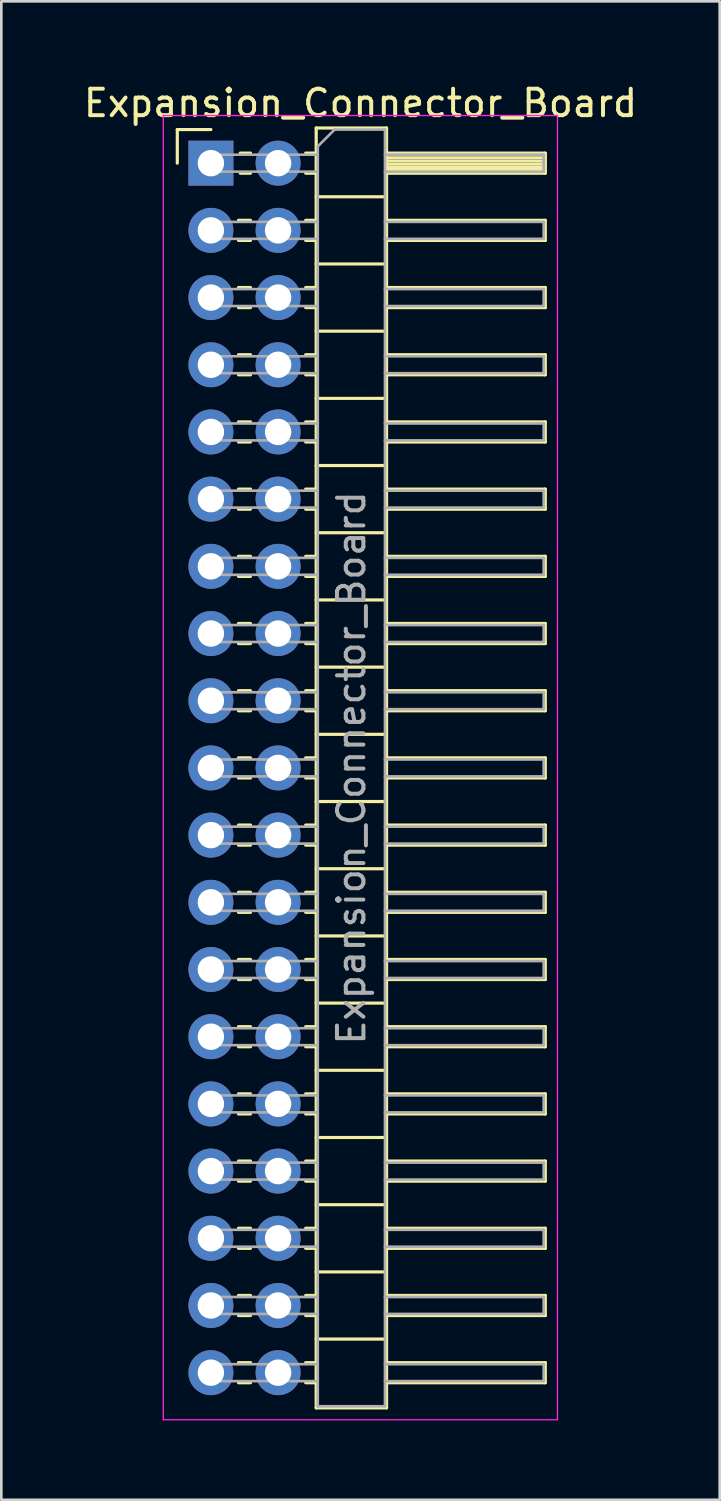
<source format=kicad_pcb>
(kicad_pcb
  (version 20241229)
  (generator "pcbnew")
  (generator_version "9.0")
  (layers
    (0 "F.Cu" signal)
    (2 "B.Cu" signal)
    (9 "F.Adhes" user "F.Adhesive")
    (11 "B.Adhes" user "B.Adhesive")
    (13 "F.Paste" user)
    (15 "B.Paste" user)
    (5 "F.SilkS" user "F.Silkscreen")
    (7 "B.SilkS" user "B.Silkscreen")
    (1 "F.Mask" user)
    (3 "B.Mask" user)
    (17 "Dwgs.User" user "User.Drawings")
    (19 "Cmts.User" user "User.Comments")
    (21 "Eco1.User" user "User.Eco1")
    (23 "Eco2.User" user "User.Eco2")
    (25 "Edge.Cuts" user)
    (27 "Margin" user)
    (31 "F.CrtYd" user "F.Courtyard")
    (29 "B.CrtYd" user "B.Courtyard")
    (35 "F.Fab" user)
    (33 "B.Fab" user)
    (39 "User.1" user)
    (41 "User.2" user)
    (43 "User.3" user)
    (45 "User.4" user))
  (footprint "Expansion_Connector_Board"
    (layer "F.Cu")
    (at 4.922 3.118)
    (property "Reference" "Expansion_Connector_Board" (at 5.655 -2.27 0) (layer "F.SilkS") (effects (font (size 1 1) (thickness 0.15))))
    (attr through_hole)
    (fp_line (start -1.27 -1.27) (end 0 -1.27) (stroke (width 0.12) (type solid)) (layer "F.SilkS"))
    (fp_line (start -1.27 0) (end -1.27 -1.27) (stroke (width 0.12) (type solid)) (layer "F.SilkS"))
    (fp_line (start 1.043 2.16) (end 1.497 2.16) (stroke (width 0.12) (type solid)) (layer "F.SilkS"))
    (fp_line (start 1.043 2.92) (end 1.497 2.92) (stroke (width 0.12) (type solid)) (layer "F.SilkS"))
    (fp_line (start 1.043 4.7) (end 1.497 4.7) (stroke (width 0.12) (type solid)) (layer "F.SilkS"))
    (fp_line (start 1.043 5.46) (end 1.497 5.46) (stroke (width 0.12) (type solid)) (layer "F.SilkS"))
    (fp_line (start 1.043 7.24) (end 1.497 7.24) (stroke (width 0.12) (type solid)) (layer "F.SilkS"))
    (fp_line (start 1.043 8) (end 1.497 8) (stroke (width 0.12) (type solid)) (layer "F.SilkS"))
    (fp_line (start 1.043 9.78) (end 1.497 9.78) (stroke (width 0.12) (type solid)) (layer "F.SilkS"))
    (fp_line (start 1.043 10.54) (end 1.497 10.54) (stroke (width 0.12) (type solid)) (layer "F.SilkS"))
    (fp_line (start 1.043 12.32) (end 1.497 12.32) (stroke (width 0.12) (type solid)) (layer "F.SilkS"))
    (fp_line (start 1.043 13.08) (end 1.497 13.08) (stroke (width 0.12) (type solid)) (layer "F.SilkS"))
    (fp_line (start 1.043 14.86) (end 1.497 14.86) (stroke (width 0.12) (type solid)) (layer "F.SilkS"))
    (fp_line (start 1.043 15.62) (end 1.497 15.62) (stroke (width 0.12) (type solid)) (layer "F.SilkS"))
    (fp_line (start 1.043 17.4) (end 1.497 17.4) (stroke (width 0.12) (type solid)) (layer "F.SilkS"))
    (fp_line (start 1.043 18.16) (end 1.497 18.16) (stroke (width 0.12) (type solid)) (layer "F.SilkS"))
    (fp_line (start 1.043 19.94) (end 1.497 19.94) (stroke (width 0.12) (type solid)) (layer "F.SilkS"))
    (fp_line (start 1.043 20.7) (end 1.497 20.7) (stroke (width 0.12) (type solid)) (layer "F.SilkS"))
    (fp_line (start 1.043 22.48) (end 1.497 22.48) (stroke (width 0.12) (type solid)) (layer "F.SilkS"))
    (fp_line (start 1.043 23.24) (end 1.497 23.24) (stroke (width 0.12) (type solid)) (layer "F.SilkS"))
    (fp_line (start 1.043 25.02) (end 1.497 25.02) (stroke (width 0.12) (type solid)) (layer "F.SilkS"))
    (fp_line (start 1.043 25.78) (end 1.497 25.78) (stroke (width 0.12) (type solid)) (layer "F.SilkS"))
    (fp_line (start 1.043 27.56) (end 1.497 27.56) (stroke (width 0.12) (type solid)) (layer "F.SilkS"))
    (fp_line (start 1.043 28.32) (end 1.497 28.32) (stroke (width 0.12) (type solid)) (layer "F.SilkS"))
    (fp_line (start 1.043 30.1) (end 1.497 30.1) (stroke (width 0.12) (type solid)) (layer "F.SilkS"))
    (fp_line (start 1.043 30.86) (end 1.497 30.86) (stroke (width 0.12) (type solid)) (layer "F.SilkS"))
    (fp_line (start 1.043 32.64) (end 1.497 32.64) (stroke (width 0.12) (type solid)) (layer "F.SilkS"))
    (fp_line (start 1.043 33.4) (end 1.497 33.4) (stroke (width 0.12) (type solid)) (layer "F.SilkS"))
    (fp_line (start 1.043 35.18) (end 1.497 35.18) (stroke (width 0.12) (type solid)) (layer "F.SilkS"))
    (fp_line (start 1.043 35.94) (end 1.497 35.94) (stroke (width 0.12) (type solid)) (layer "F.SilkS"))
    (fp_line (start 1.043 37.72) (end 1.497 37.72) (stroke (width 0.12) (type solid)) (layer "F.SilkS"))
    (fp_line (start 1.043 38.48) (end 1.497 38.48) (stroke (width 0.12) (type solid)) (layer "F.SilkS"))
    (fp_line (start 1.043 40.26) (end 1.497 40.26) (stroke (width 0.12) (type solid)) (layer "F.SilkS"))
    (fp_line (start 1.043 41.02) (end 1.497 41.02) (stroke (width 0.12) (type solid)) (layer "F.SilkS"))
    (fp_line (start 1.043 42.8) (end 1.497 42.8) (stroke (width 0.12) (type solid)) (layer "F.SilkS"))
    (fp_line (start 1.043 43.56) (end 1.497 43.56) (stroke (width 0.12) (type solid)) (layer "F.SilkS"))
    (fp_line (start 1.043 45.34) (end 1.497 45.34) (stroke (width 0.12) (type solid)) (layer "F.SilkS"))
    (fp_line (start 1.043 46.1) (end 1.497 46.1) (stroke (width 0.12) (type solid)) (layer "F.SilkS"))
    (fp_line (start 1.11 -0.38) (end 1.497 -0.38) (stroke (width 0.12) (type solid)) (layer "F.SilkS"))
    (fp_line (start 1.11 0.38) (end 1.497 0.38) (stroke (width 0.12) (type solid)) (layer "F.SilkS"))
    (fp_line (start 3.583 -0.38) (end 3.98 -0.38) (stroke (width 0.12) (type solid)) (layer "F.SilkS"))
    (fp_line (start 3.583 0.38) (end 3.98 0.38) (stroke (width 0.12) (type solid)) (layer "F.SilkS"))
    (fp_line (start 3.583 2.16) (end 3.98 2.16) (stroke (width 0.12) (type solid)) (layer "F.SilkS"))
    (fp_line (start 3.583 2.92) (end 3.98 2.92) (stroke (width 0.12) (type solid)) (layer "F.SilkS"))
    (fp_line (start 3.583 4.7) (end 3.98 4.7) (stroke (width 0.12) (type solid)) (layer "F.SilkS"))
    (fp_line (start 3.583 5.46) (end 3.98 5.46) (stroke (width 0.12) (type solid)) (layer "F.SilkS"))
    (fp_line (start 3.583 7.24) (end 3.98 7.24) (stroke (width 0.12) (type solid)) (layer "F.SilkS"))
    (fp_line (start 3.583 8) (end 3.98 8) (stroke (width 0.12) (type solid)) (layer "F.SilkS"))
    (fp_line (start 3.583 9.78) (end 3.98 9.78) (stroke (width 0.12) (type solid)) (layer "F.SilkS"))
    (fp_line (start 3.583 10.54) (end 3.98 10.54) (stroke (width 0.12) (type solid)) (layer "F.SilkS"))
    (fp_line (start 3.583 12.32) (end 3.98 12.32) (stroke (width 0.12) (type solid)) (layer "F.SilkS"))
    (fp_line (start 3.583 13.08) (end 3.98 13.08) (stroke (width 0.12) (type solid)) (layer "F.SilkS"))
    (fp_line (start 3.583 14.86) (end 3.98 14.86) (stroke (width 0.12) (type solid)) (layer "F.SilkS"))
    (fp_line (start 3.583 15.62) (end 3.98 15.62) (stroke (width 0.12) (type solid)) (layer "F.SilkS"))
    (fp_line (start 3.583 17.4) (end 3.98 17.4) (stroke (width 0.12) (type solid)) (layer "F.SilkS"))
    (fp_line (start 3.583 18.16) (end 3.98 18.16) (stroke (width 0.12) (type solid)) (layer "F.SilkS"))
    (fp_line (start 3.583 19.94) (end 3.98 19.94) (stroke (width 0.12) (type solid)) (layer "F.SilkS"))
    (fp_line (start 3.583 20.7) (end 3.98 20.7) (stroke (width 0.12) (type solid)) (layer "F.SilkS"))
    (fp_line (start 3.583 22.48) (end 3.98 22.48) (stroke (width 0.12) (type solid)) (layer "F.SilkS"))
    (fp_line (start 3.583 23.24) (end 3.98 23.24) (stroke (width 0.12) (type solid)) (layer "F.SilkS"))
    (fp_line (start 3.583 25.02) (end 3.98 25.02) (stroke (width 0.12) (type solid)) (layer "F.SilkS"))
    (fp_line (start 3.583 25.78) (end 3.98 25.78) (stroke (width 0.12) (type solid)) (layer "F.SilkS"))
    (fp_line (start 3.583 27.56) (end 3.98 27.56) (stroke (width 0.12) (type solid)) (layer "F.SilkS"))
    (fp_line (start 3.583 28.32) (end 3.98 28.32) (stroke (width 0.12) (type solid)) (layer "F.SilkS"))
    (fp_line (start 3.583 30.1) (end 3.98 30.1) (stroke (width 0.12) (type solid)) (layer "F.SilkS"))
    (fp_line (start 3.583 30.86) (end 3.98 30.86) (stroke (width 0.12) (type solid)) (layer "F.SilkS"))
    (fp_line (start 3.583 32.64) (end 3.98 32.64) (stroke (width 0.12) (type solid)) (layer "F.SilkS"))
    (fp_line (start 3.583 33.4) (end 3.98 33.4) (stroke (width 0.12) (type solid)) (layer "F.SilkS"))
    (fp_line (start 3.583 35.18) (end 3.98 35.18) (stroke (width 0.12) (type solid)) (layer "F.SilkS"))
    (fp_line (start 3.583 35.94) (end 3.98 35.94) (stroke (width 0.12) (type solid)) (layer "F.SilkS"))
    (fp_line (start 3.583 37.72) (end 3.98 37.72) (stroke (width 0.12) (type solid)) (layer "F.SilkS"))
    (fp_line (start 3.583 38.48) (end 3.98 38.48) (stroke (width 0.12) (type solid)) (layer "F.SilkS"))
    (fp_line (start 3.583 40.26) (end 3.98 40.26) (stroke (width 0.12) (type solid)) (layer "F.SilkS"))
    (fp_line (start 3.583 41.02) (end 3.98 41.02) (stroke (width 0.12) (type solid)) (layer "F.SilkS"))
    (fp_line (start 3.583 42.8) (end 3.98 42.8) (stroke (width 0.12) (type solid)) (layer "F.SilkS"))
    (fp_line (start 3.583 43.56) (end 3.98 43.56) (stroke (width 0.12) (type solid)) (layer "F.SilkS"))
    (fp_line (start 3.583 45.34) (end 3.98 45.34) (stroke (width 0.12) (type solid)) (layer "F.SilkS"))
    (fp_line (start 3.583 46.1) (end 3.98 46.1) (stroke (width 0.12) (type solid)) (layer "F.SilkS"))
    (fp_line (start 3.98 -1.33) (end 3.98 47.05) (stroke (width 0.12) (type solid)) (layer "F.SilkS"))
    (fp_line (start 3.98 1.27) (end 6.64 1.27) (stroke (width 0.12) (type solid)) (layer "F.SilkS"))
    (fp_line (start 3.98 3.81) (end 6.64 3.81) (stroke (width 0.12) (type solid)) (layer "F.SilkS"))
    (fp_line (start 3.98 6.35) (end 6.64 6.35) (stroke (width 0.12) (type solid)) (layer "F.SilkS"))
    (fp_line (start 3.98 8.89) (end 6.64 8.89) (stroke (width 0.12) (type solid)) (layer "F.SilkS"))
    (fp_line (start 3.98 11.43) (end 6.64 11.43) (stroke (width 0.12) (type solid)) (layer "F.SilkS"))
    (fp_line (start 3.98 13.97) (end 6.64 13.97) (stroke (width 0.12) (type solid)) (layer "F.SilkS"))
    (fp_line (start 3.98 16.51) (end 6.64 16.51) (stroke (width 0.12) (type solid)) (layer "F.SilkS"))
    (fp_line (start 3.98 19.05) (end 6.64 19.05) (stroke (width 0.12) (type solid)) (layer "F.SilkS"))
    (fp_line (start 3.98 21.59) (end 6.64 21.59) (stroke (width 0.12) (type solid)) (layer "F.SilkS"))
    (fp_line (start 3.98 24.13) (end 6.64 24.13) (stroke (width 0.12) (type solid)) (layer "F.SilkS"))
    (fp_line (start 3.98 26.67) (end 6.64 26.67) (stroke (width 0.12) (type solid)) (layer "F.SilkS"))
    (fp_line (start 3.98 29.21) (end 6.64 29.21) (stroke (width 0.12) (type solid)) (layer "F.SilkS"))
    (fp_line (start 3.98 31.75) (end 6.64 31.75) (stroke (width 0.12) (type solid)) (layer "F.SilkS"))
    (fp_line (start 3.98 34.29) (end 6.64 34.29) (stroke (width 0.12) (type solid)) (layer "F.SilkS"))
    (fp_line (start 3.98 36.83) (end 6.64 36.83) (stroke (width 0.12) (type solid)) (layer "F.SilkS"))
    (fp_line (start 3.98 39.37) (end 6.64 39.37) (stroke (width 0.12) (type solid)) (layer "F.SilkS"))
    (fp_line (start 3.98 41.91) (end 6.64 41.91) (stroke (width 0.12) (type solid)) (layer "F.SilkS"))
    (fp_line (start 3.98 44.45) (end 6.64 44.45) (stroke (width 0.12) (type solid)) (layer "F.SilkS"))
    (fp_line (start 3.98 47.05) (end 6.64 47.05) (stroke (width 0.12) (type solid)) (layer "F.SilkS"))
    (fp_line (start 6.64 -1.33) (end 3.98 -1.33) (stroke (width 0.12) (type solid)) (layer "F.SilkS"))
    (fp_line (start 6.64 -0.38) (end 12.64 -0.38) (stroke (width 0.12) (type solid)) (layer "F.SilkS"))
    (fp_line (start 6.64 -0.32) (end 12.64 -0.32) (stroke (width 0.12) (type solid)) (layer "F.SilkS"))
    (fp_line (start 6.64 -0.2) (end 12.64 -0.2) (stroke (width 0.12) (type solid)) (layer "F.SilkS"))
    (fp_line (start 6.64 -0.08) (end 12.64 -0.08) (stroke (width 0.12) (type solid)) (layer "F.SilkS"))
    (fp_line (start 6.64 0.04) (end 12.64 0.04) (stroke (width 0.12) (type solid)) (layer "F.SilkS"))
    (fp_line (start 6.64 0.16) (end 12.64 0.16) (stroke (width 0.12) (type solid)) (layer "F.SilkS"))
    (fp_line (start 6.64 0.28) (end 12.64 0.28) (stroke (width 0.12) (type solid)) (layer "F.SilkS"))
    (fp_line (start 6.64 2.16) (end 12.64 2.16) (stroke (width 0.12) (type solid)) (layer "F.SilkS"))
    (fp_line (start 6.64 4.7) (end 12.64 4.7) (stroke (width 0.12) (type solid)) (layer "F.SilkS"))
    (fp_line (start 6.64 7.24) (end 12.64 7.24) (stroke (width 0.12) (type solid)) (layer "F.SilkS"))
    (fp_line (start 6.64 9.78) (end 12.64 9.78) (stroke (width 0.12) (type solid)) (layer "F.SilkS"))
    (fp_line (start 6.64 12.32) (end 12.64 12.32) (stroke (width 0.12) (type solid)) (layer "F.SilkS"))
    (fp_line (start 6.64 14.86) (end 12.64 14.86) (stroke (width 0.12) (type solid)) (layer "F.SilkS"))
    (fp_line (start 6.64 17.4) (end 12.64 17.4) (stroke (width 0.12) (type solid)) (layer "F.SilkS"))
    (fp_line (start 6.64 19.94) (end 12.64 19.94) (stroke (width 0.12) (type solid)) (layer "F.SilkS"))
    (fp_line (start 6.64 22.48) (end 12.64 22.48) (stroke (width 0.12) (type solid)) (layer "F.SilkS"))
    (fp_line (start 6.64 25.02) (end 12.64 25.02) (stroke (width 0.12) (type solid)) (layer "F.SilkS"))
    (fp_line (start 6.64 27.56) (end 12.64 27.56) (stroke (width 0.12) (type solid)) (layer "F.SilkS"))
    (fp_line (start 6.64 30.1) (end 12.64 30.1) (stroke (width 0.12) (type solid)) (layer "F.SilkS"))
    (fp_line (start 6.64 32.64) (end 12.64 32.64) (stroke (width 0.12) (type solid)) (layer "F.SilkS"))
    (fp_line (start 6.64 35.18) (end 12.64 35.18) (stroke (width 0.12) (type solid)) (layer "F.SilkS"))
    (fp_line (start 6.64 37.72) (end 12.64 37.72) (stroke (width 0.12) (type solid)) (layer "F.SilkS"))
    (fp_line (start 6.64 40.26) (end 12.64 40.26) (stroke (width 0.12) (type solid)) (layer "F.SilkS"))
    (fp_line (start 6.64 42.8) (end 12.64 42.8) (stroke (width 0.12) (type solid)) (layer "F.SilkS"))
    (fp_line (start 6.64 45.34) (end 12.64 45.34) (stroke (width 0.12) (type solid)) (layer "F.SilkS"))
    (fp_line (start 6.64 47.05) (end 6.64 -1.33) (stroke (width 0.12) (type solid)) (layer "F.SilkS"))
    (fp_line (start 12.64 -0.38) (end 12.64 0.38) (stroke (width 0.12) (type solid)) (layer "F.SilkS"))
    (fp_line (start 12.64 0.38) (end 6.64 0.38) (stroke (width 0.12) (type solid)) (layer "F.SilkS"))
    (fp_line (start 12.64 2.16) (end 12.64 2.92) (stroke (width 0.12) (type solid)) (layer "F.SilkS"))
    (fp_line (start 12.64 2.92) (end 6.64 2.92) (stroke (width 0.12) (type solid)) (layer "F.SilkS"))
    (fp_line (start 12.64 4.7) (end 12.64 5.46) (stroke (width 0.12) (type solid)) (layer "F.SilkS"))
    (fp_line (start 12.64 5.46) (end 6.64 5.46) (stroke (width 0.12) (type solid)) (layer "F.SilkS"))
    (fp_line (start 12.64 7.24) (end 12.64 8) (stroke (width 0.12) (type solid)) (layer "F.SilkS"))
    (fp_line (start 12.64 8) (end 6.64 8) (stroke (width 0.12) (type solid)) (layer "F.SilkS"))
    (fp_line (start 12.64 9.78) (end 12.64 10.54) (stroke (width 0.12) (type solid)) (layer "F.SilkS"))
    (fp_line (start 12.64 10.54) (end 6.64 10.54) (stroke (width 0.12) (type solid)) (layer "F.SilkS"))
    (fp_line (start 12.64 12.32) (end 12.64 13.08) (stroke (width 0.12) (type solid)) (layer "F.SilkS"))
    (fp_line (start 12.64 13.08) (end 6.64 13.08) (stroke (width 0.12) (type solid)) (layer "F.SilkS"))
    (fp_line (start 12.64 14.86) (end 12.64 15.62) (stroke (width 0.12) (type solid)) (layer "F.SilkS"))
    (fp_line (start 12.64 15.62) (end 6.64 15.62) (stroke (width 0.12) (type solid)) (layer "F.SilkS"))
    (fp_line (start 12.64 17.4) (end 12.64 18.16) (stroke (width 0.12) (type solid)) (layer "F.SilkS"))
    (fp_line (start 12.64 18.16) (end 6.64 18.16) (stroke (width 0.12) (type solid)) (layer "F.SilkS"))
    (fp_line (start 12.64 19.94) (end 12.64 20.7) (stroke (width 0.12) (type solid)) (layer "F.SilkS"))
    (fp_line (start 12.64 20.7) (end 6.64 20.7) (stroke (width 0.12) (type solid)) (layer "F.SilkS"))
    (fp_line (start 12.64 22.48) (end 12.64 23.24) (stroke (width 0.12) (type solid)) (layer "F.SilkS"))
    (fp_line (start 12.64 23.24) (end 6.64 23.24) (stroke (width 0.12) (type solid)) (layer "F.SilkS"))
    (fp_line (start 12.64 25.02) (end 12.64 25.78) (stroke (width 0.12) (type solid)) (layer "F.SilkS"))
    (fp_line (start 12.64 25.78) (end 6.64 25.78) (stroke (width 0.12) (type solid)) (layer "F.SilkS"))
    (fp_line (start 12.64 27.56) (end 12.64 28.32) (stroke (width 0.12) (type solid)) (layer "F.SilkS"))
    (fp_line (start 12.64 28.32) (end 6.64 28.32) (stroke (width 0.12) (type solid)) (layer "F.SilkS"))
    (fp_line (start 12.64 30.1) (end 12.64 30.86) (stroke (width 0.12) (type solid)) (layer "F.SilkS"))
    (fp_line (start 12.64 30.86) (end 6.64 30.86) (stroke (width 0.12) (type solid)) (layer "F.SilkS"))
    (fp_line (start 12.64 32.64) (end 12.64 33.4) (stroke (width 0.12) (type solid)) (layer "F.SilkS"))
    (fp_line (start 12.64 33.4) (end 6.64 33.4) (stroke (width 0.12) (type solid)) (layer "F.SilkS"))
    (fp_line (start 12.64 35.18) (end 12.64 35.94) (stroke (width 0.12) (type solid)) (layer "F.SilkS"))
    (fp_line (start 12.64 35.94) (end 6.64 35.94) (stroke (width 0.12) (type solid)) (layer "F.SilkS"))
    (fp_line (start 12.64 37.72) (end 12.64 38.48) (stroke (width 0.12) (type solid)) (layer "F.SilkS"))
    (fp_line (start 12.64 38.48) (end 6.64 38.48) (stroke (width 0.12) (type solid)) (layer "F.SilkS"))
    (fp_line (start 12.64 40.26) (end 12.64 41.02) (stroke (width 0.12) (type solid)) (layer "F.SilkS"))
    (fp_line (start 12.64 41.02) (end 6.64 41.02) (stroke (width 0.12) (type solid)) (layer "F.SilkS"))
    (fp_line (start 12.64 42.8) (end 12.64 43.56) (stroke (width 0.12) (type solid)) (layer "F.SilkS"))
    (fp_line (start 12.64 43.56) (end 6.64 43.56) (stroke (width 0.12) (type solid)) (layer "F.SilkS"))
    (fp_line (start 12.64 45.34) (end 12.64 46.1) (stroke (width 0.12) (type solid)) (layer "F.SilkS"))
    (fp_line (start 12.64 46.1) (end 6.64 46.1) (stroke (width 0.12) (type solid)) (layer "F.SilkS"))
    (fp_line (start -1.8 -1.8) (end -1.8 47.5) (stroke (width 0.05) (type solid)) (layer "F.CrtYd"))
    (fp_line (start -1.8 47.5) (end 13.1 47.5) (stroke (width 0.05) (type solid)) (layer "F.CrtYd"))
    (fp_line (start 13.1 -1.8) (end -1.8 -1.8) (stroke (width 0.05) (type solid)) (layer "F.CrtYd"))
    (fp_line (start 13.1 47.5) (end 13.1 -1.8) (stroke (width 0.05) (type solid)) (layer "F.CrtYd"))
    (fp_line (start -0.32 -0.32) (end -0.32 0.32) (stroke (width 0.1) (type solid)) (layer "F.Fab"))
    (fp_line (start -0.32 -0.32) (end 4.04 -0.32) (stroke (width 0.1) (type solid)) (layer "F.Fab"))
    (fp_line (start -0.32 0.32) (end 4.04 0.32) (stroke (width 0.1) (type solid)) (layer "F.Fab"))
    (fp_line (start -0.32 2.22) (end -0.32 2.86) (stroke (width 0.1) (type solid)) (layer "F.Fab"))
    (fp_line (start -0.32 2.22) (end 4.04 2.22) (stroke (width 0.1) (type solid)) (layer "F.Fab"))
    (fp_line (start -0.32 2.86) (end 4.04 2.86) (stroke (width 0.1) (type solid)) (layer "F.Fab"))
    (fp_line (start -0.32 4.76) (end -0.32 5.4) (stroke (width 0.1) (type solid)) (layer "F.Fab"))
    (fp_line (start -0.32 4.76) (end 4.04 4.76) (stroke (width 0.1) (type solid)) (layer "F.Fab"))
    (fp_line (start -0.32 5.4) (end 4.04 5.4) (stroke (width 0.1) (type solid)) (layer "F.Fab"))
    (fp_line (start -0.32 7.3) (end -0.32 7.94) (stroke (width 0.1) (type solid)) (layer "F.Fab"))
    (fp_line (start -0.32 7.3) (end 4.04 7.3) (stroke (width 0.1) (type solid)) (layer "F.Fab"))
    (fp_line (start -0.32 7.94) (end 4.04 7.94) (stroke (width 0.1) (type solid)) (layer "F.Fab"))
    (fp_line (start -0.32 9.84) (end -0.32 10.48) (stroke (width 0.1) (type solid)) (layer "F.Fab"))
    (fp_line (start -0.32 9.84) (end 4.04 9.84) (stroke (width 0.1) (type solid)) (layer "F.Fab"))
    (fp_line (start -0.32 10.48) (end 4.04 10.48) (stroke (width 0.1) (type solid)) (layer "F.Fab"))
    (fp_line (start -0.32 12.38) (end -0.32 13.02) (stroke (width 0.1) (type solid)) (layer "F.Fab"))
    (fp_line (start -0.32 12.38) (end 4.04 12.38) (stroke (width 0.1) (type solid)) (layer "F.Fab"))
    (fp_line (start -0.32 13.02) (end 4.04 13.02) (stroke (width 0.1) (type solid)) (layer "F.Fab"))
    (fp_line (start -0.32 14.92) (end -0.32 15.56) (stroke (width 0.1) (type solid)) (layer "F.Fab"))
    (fp_line (start -0.32 14.92) (end 4.04 14.92) (stroke (width 0.1) (type solid)) (layer "F.Fab"))
    (fp_line (start -0.32 15.56) (end 4.04 15.56) (stroke (width 0.1) (type solid)) (layer "F.Fab"))
    (fp_line (start -0.32 17.46) (end -0.32 18.1) (stroke (width 0.1) (type solid)) (layer "F.Fab"))
    (fp_line (start -0.32 17.46) (end 4.04 17.46) (stroke (width 0.1) (type solid)) (layer "F.Fab"))
    (fp_line (start -0.32 18.1) (end 4.04 18.1) (stroke (width 0.1) (type solid)) (layer "F.Fab"))
    (fp_line (start -0.32 20) (end -0.32 20.64) (stroke (width 0.1) (type solid)) (layer "F.Fab"))
    (fp_line (start -0.32 20) (end 4.04 20) (stroke (width 0.1) (type solid)) (layer "F.Fab"))
    (fp_line (start -0.32 20.64) (end 4.04 20.64) (stroke (width 0.1) (type solid)) (layer "F.Fab"))
    (fp_line (start -0.32 22.54) (end -0.32 23.18) (stroke (width 0.1) (type solid)) (layer "F.Fab"))
    (fp_line (start -0.32 22.54) (end 4.04 22.54) (stroke (width 0.1) (type solid)) (layer "F.Fab"))
    (fp_line (start -0.32 23.18) (end 4.04 23.18) (stroke (width 0.1) (type solid)) (layer "F.Fab"))
    (fp_line (start -0.32 25.08) (end -0.32 25.72) (stroke (width 0.1) (type solid)) (layer "F.Fab"))
    (fp_line (start -0.32 25.08) (end 4.04 25.08) (stroke (width 0.1) (type solid)) (layer "F.Fab"))
    (fp_line (start -0.32 25.72) (end 4.04 25.72) (stroke (width 0.1) (type solid)) (layer "F.Fab"))
    (fp_line (start -0.32 27.62) (end -0.32 28.26) (stroke (width 0.1) (type solid)) (layer "F.Fab"))
    (fp_line (start -0.32 27.62) (end 4.04 27.62) (stroke (width 0.1) (type solid)) (layer "F.Fab"))
    (fp_line (start -0.32 28.26) (end 4.04 28.26) (stroke (width 0.1) (type solid)) (layer "F.Fab"))
    (fp_line (start -0.32 30.16) (end -0.32 30.8) (stroke (width 0.1) (type solid)) (layer "F.Fab"))
    (fp_line (start -0.32 30.16) (end 4.04 30.16) (stroke (width 0.1) (type solid)) (layer "F.Fab"))
    (fp_line (start -0.32 30.8) (end 4.04 30.8) (stroke (width 0.1) (type solid)) (layer "F.Fab"))
    (fp_line (start -0.32 32.7) (end -0.32 33.34) (stroke (width 0.1) (type solid)) (layer "F.Fab"))
    (fp_line (start -0.32 32.7) (end 4.04 32.7) (stroke (width 0.1) (type solid)) (layer "F.Fab"))
    (fp_line (start -0.32 33.34) (end 4.04 33.34) (stroke (width 0.1) (type solid)) (layer "F.Fab"))
    (fp_line (start -0.32 35.24) (end -0.32 35.88) (stroke (width 0.1) (type solid)) (layer "F.Fab"))
    (fp_line (start -0.32 35.24) (end 4.04 35.24) (stroke (width 0.1) (type solid)) (layer "F.Fab"))
    (fp_line (start -0.32 35.88) (end 4.04 35.88) (stroke (width 0.1) (type solid)) (layer "F.Fab"))
    (fp_line (start -0.32 37.78) (end -0.32 38.42) (stroke (width 0.1) (type solid)) (layer "F.Fab"))
    (fp_line (start -0.32 37.78) (end 4.04 37.78) (stroke (width 0.1) (type solid)) (layer "F.Fab"))
    (fp_line (start -0.32 38.42) (end 4.04 38.42) (stroke (width 0.1) (type solid)) (layer "F.Fab"))
    (fp_line (start -0.32 40.32) (end -0.32 40.96) (stroke (width 0.1) (type solid)) (layer "F.Fab"))
    (fp_line (start -0.32 40.32) (end 4.04 40.32) (stroke (width 0.1) (type solid)) (layer "F.Fab"))
    (fp_line (start -0.32 40.96) (end 4.04 40.96) (stroke (width 0.1) (type solid)) (layer "F.Fab"))
    (fp_line (start -0.32 42.86) (end -0.32 43.5) (stroke (width 0.1) (type solid)) (layer "F.Fab"))
    (fp_line (start -0.32 42.86) (end 4.04 42.86) (stroke (width 0.1) (type solid)) (layer "F.Fab"))
    (fp_line (start -0.32 43.5) (end 4.04 43.5) (stroke (width 0.1) (type solid)) (layer "F.Fab"))
    (fp_line (start -0.32 45.4) (end -0.32 46.04) (stroke (width 0.1) (type solid)) (layer "F.Fab"))
    (fp_line (start -0.32 45.4) (end 4.04 45.4) (stroke (width 0.1) (type solid)) (layer "F.Fab"))
    (fp_line (start -0.32 46.04) (end 4.04 46.04) (stroke (width 0.1) (type solid)) (layer "F.Fab"))
    (fp_line (start 4.04 -0.635) (end 4.675 -1.27) (stroke (width 0.1) (type solid)) (layer "F.Fab"))
    (fp_line (start 4.04 46.99) (end 4.04 -0.635) (stroke (width 0.1) (type solid)) (layer "F.Fab"))
    (fp_line (start 4.675 -1.27) (end 6.58 -1.27) (stroke (width 0.1) (type solid)) (layer "F.Fab"))
    (fp_line (start 6.58 -1.27) (end 6.58 46.99) (stroke (width 0.1) (type solid)) (layer "F.Fab"))
    (fp_line (start 6.58 -0.32) (end 12.58 -0.32) (stroke (width 0.1) (type solid)) (layer "F.Fab"))
    (fp_line (start 6.58 0.32) (end 12.58 0.32) (stroke (width 0.1) (type solid)) (layer "F.Fab"))
    (fp_line (start 6.58 2.22) (end 12.58 2.22) (stroke (width 0.1) (type solid)) (layer "F.Fab"))
    (fp_line (start 6.58 2.86) (end 12.58 2.86) (stroke (width 0.1) (type solid)) (layer "F.Fab"))
    (fp_line (start 6.58 4.76) (end 12.58 4.76) (stroke (width 0.1) (type solid)) (layer "F.Fab"))
    (fp_line (start 6.58 5.4) (end 12.58 5.4) (stroke (width 0.1) (type solid)) (layer "F.Fab"))
    (fp_line (start 6.58 7.3) (end 12.58 7.3) (stroke (width 0.1) (type solid)) (layer "F.Fab"))
    (fp_line (start 6.58 7.94) (end 12.58 7.94) (stroke (width 0.1) (type solid)) (layer "F.Fab"))
    (fp_line (start 6.58 9.84) (end 12.58 9.84) (stroke (width 0.1) (type solid)) (layer "F.Fab"))
    (fp_line (start 6.58 10.48) (end 12.58 10.48) (stroke (width 0.1) (type solid)) (layer "F.Fab"))
    (fp_line (start 6.58 12.38) (end 12.58 12.38) (stroke (width 0.1) (type solid)) (layer "F.Fab"))
    (fp_line (start 6.58 13.02) (end 12.58 13.02) (stroke (width 0.1) (type solid)) (layer "F.Fab"))
    (fp_line (start 6.58 14.92) (end 12.58 14.92) (stroke (width 0.1) (type solid)) (layer "F.Fab"))
    (fp_line (start 6.58 15.56) (end 12.58 15.56) (stroke (width 0.1) (type solid)) (layer "F.Fab"))
    (fp_line (start 6.58 17.46) (end 12.58 17.46) (stroke (width 0.1) (type solid)) (layer "F.Fab"))
    (fp_line (start 6.58 18.1) (end 12.58 18.1) (stroke (width 0.1) (type solid)) (layer "F.Fab"))
    (fp_line (start 6.58 20) (end 12.58 20) (stroke (width 0.1) (type solid)) (layer "F.Fab"))
    (fp_line (start 6.58 20.64) (end 12.58 20.64) (stroke (width 0.1) (type solid)) (layer "F.Fab"))
    (fp_line (start 6.58 22.54) (end 12.58 22.54) (stroke (width 0.1) (type solid)) (layer "F.Fab"))
    (fp_line (start 6.58 23.18) (end 12.58 23.18) (stroke (width 0.1) (type solid)) (layer "F.Fab"))
    (fp_line (start 6.58 25.08) (end 12.58 25.08) (stroke (width 0.1) (type solid)) (layer "F.Fab"))
    (fp_line (start 6.58 25.72) (end 12.58 25.72) (stroke (width 0.1) (type solid)) (layer "F.Fab"))
    (fp_line (start 6.58 27.62) (end 12.58 27.62) (stroke (width 0.1) (type solid)) (layer "F.Fab"))
    (fp_line (start 6.58 28.26) (end 12.58 28.26) (stroke (width 0.1) (type solid)) (layer "F.Fab"))
    (fp_line (start 6.58 30.16) (end 12.58 30.16) (stroke (width 0.1) (type solid)) (layer "F.Fab"))
    (fp_line (start 6.58 30.8) (end 12.58 30.8) (stroke (width 0.1) (type solid)) (layer "F.Fab"))
    (fp_line (start 6.58 32.7) (end 12.58 32.7) (stroke (width 0.1) (type solid)) (layer "F.Fab"))
    (fp_line (start 6.58 33.34) (end 12.58 33.34) (stroke (width 0.1) (type solid)) (layer "F.Fab"))
    (fp_line (start 6.58 35.24) (end 12.58 35.24) (stroke (width 0.1) (type solid)) (layer "F.Fab"))
    (fp_line (start 6.58 35.88) (end 12.58 35.88) (stroke (width 0.1) (type solid)) (layer "F.Fab"))
    (fp_line (start 6.58 37.78) (end 12.58 37.78) (stroke (width 0.1) (type solid)) (layer "F.Fab"))
    (fp_line (start 6.58 38.42) (end 12.58 38.42) (stroke (width 0.1) (type solid)) (layer "F.Fab"))
    (fp_line (start 6.58 40.32) (end 12.58 40.32) (stroke (width 0.1) (type solid)) (layer "F.Fab"))
    (fp_line (start 6.58 40.96) (end 12.58 40.96) (stroke (width 0.1) (type solid)) (layer "F.Fab"))
    (fp_line (start 6.58 42.86) (end 12.58 42.86) (stroke (width 0.1) (type solid)) (layer "F.Fab"))
    (fp_line (start 6.58 43.5) (end 12.58 43.5) (stroke (width 0.1) (type solid)) (layer "F.Fab"))
    (fp_line (start 6.58 45.4) (end 12.58 45.4) (stroke (width 0.1) (type solid)) (layer "F.Fab"))
    (fp_line (start 6.58 46.04) (end 12.58 46.04) (stroke (width 0.1) (type solid)) (layer "F.Fab"))
    (fp_line (start 6.58 46.99) (end 4.04 46.99) (stroke (width 0.1) (type solid)) (layer "F.Fab"))
    (fp_line (start 12.58 -0.32) (end 12.58 0.32) (stroke (width 0.1) (type solid)) (layer "F.Fab"))
    (fp_line (start 12.58 2.22) (end 12.58 2.86) (stroke (width 0.1) (type solid)) (layer "F.Fab"))
    (fp_line (start 12.58 4.76) (end 12.58 5.4) (stroke (width 0.1) (type solid)) (layer "F.Fab"))
    (fp_line (start 12.58 7.3) (end 12.58 7.94) (stroke (width 0.1) (type solid)) (layer "F.Fab"))
    (fp_line (start 12.58 9.84) (end 12.58 10.48) (stroke (width 0.1) (type solid)) (layer "F.Fab"))
    (fp_line (start 12.58 12.38) (end 12.58 13.02) (stroke (width 0.1) (type solid)) (layer "F.Fab"))
    (fp_line (start 12.58 14.92) (end 12.58 15.56) (stroke (width 0.1) (type solid)) (layer "F.Fab"))
    (fp_line (start 12.58 17.46) (end 12.58 18.1) (stroke (width 0.1) (type solid)) (layer "F.Fab"))
    (fp_line (start 12.58 20) (end 12.58 20.64) (stroke (width 0.1) (type solid)) (layer "F.Fab"))
    (fp_line (start 12.58 22.54) (end 12.58 23.18) (stroke (width 0.1) (type solid)) (layer "F.Fab"))
    (fp_line (start 12.58 25.08) (end 12.58 25.72) (stroke (width 0.1) (type solid)) (layer "F.Fab"))
    (fp_line (start 12.58 27.62) (end 12.58 28.26) (stroke (width 0.1) (type solid)) (layer "F.Fab"))
    (fp_line (start 12.58 30.16) (end 12.58 30.8) (stroke (width 0.1) (type solid)) (layer "F.Fab"))
    (fp_line (start 12.58 32.7) (end 12.58 33.34) (stroke (width 0.1) (type solid)) (layer "F.Fab"))
    (fp_line (start 12.58 35.24) (end 12.58 35.88) (stroke (width 0.1) (type solid)) (layer "F.Fab"))
    (fp_line (start 12.58 37.78) (end 12.58 38.42) (stroke (width 0.1) (type solid)) (layer "F.Fab"))
    (fp_line (start 12.58 40.32) (end 12.58 40.96) (stroke (width 0.1) (type solid)) (layer "F.Fab"))
    (fp_line (start 12.58 42.86) (end 12.58 43.5) (stroke (width 0.1) (type solid)) (layer "F.Fab"))
    (fp_line (start 12.58 45.4) (end 12.58 46.04) (stroke (width 0.1) (type solid)) (layer "F.Fab"))
    (fp_text user "${REFERENCE}" (at 5.31 22.86 90) (layer "F.Fab") (effects (font (size 1 1) (thickness 0.15))))
    (pad "1" thru_hole rect (at 0 0) (size 1.7 1.7) (drill 1) (layers "*.Cu" "*.Mask"))
    (pad "2" thru_hole oval (at 2.54 0) (size 1.7 1.7) (drill 1) (layers "*.Cu" "*.Mask"))
    (pad "3" thru_hole oval (at 0 2.54) (size 1.7 1.7) (drill 1) (layers "*.Cu" "*.Mask"))
    (pad "4" thru_hole oval (at 2.54 2.54) (size 1.7 1.7) (drill 1) (layers "*.Cu" "*.Mask"))
    (pad "5" thru_hole oval (at 0 5.08) (size 1.7 1.7) (drill 1) (layers "*.Cu" "*.Mask"))
    (pad "6" thru_hole oval (at 2.54 5.08) (size 1.7 1.7) (drill 1) (layers "*.Cu" "*.Mask"))
    (pad "7" thru_hole oval (at 0 7.62) (size 1.7 1.7) (drill 1) (layers "*.Cu" "*.Mask"))
    (pad "8" thru_hole oval (at 2.54 7.62) (size 1.7 1.7) (drill 1) (layers "*.Cu" "*.Mask"))
    (pad "9" thru_hole oval (at 0 10.16) (size 1.7 1.7) (drill 1) (layers "*.Cu" "*.Mask"))
    (pad "10" thru_hole oval (at 2.54 10.16) (size 1.7 1.7) (drill 1) (layers "*.Cu" "*.Mask"))
    (pad "11" thru_hole oval (at 0 12.7) (size 1.7 1.7) (drill 1) (layers "*.Cu" "*.Mask"))
    (pad "12" thru_hole oval (at 2.54 12.7) (size 1.7 1.7) (drill 1) (layers "*.Cu" "*.Mask"))
    (pad "13" thru_hole oval (at 0 15.24) (size 1.7 1.7) (drill 1) (layers "*.Cu" "*.Mask"))
    (pad "14" thru_hole oval (at 2.54 15.24) (size 1.7 1.7) (drill 1) (layers "*.Cu" "*.Mask"))
    (pad "15" thru_hole oval (at 0 17.78) (size 1.7 1.7) (drill 1) (layers "*.Cu" "*.Mask"))
    (pad "16" thru_hole oval (at 2.54 17.78) (size 1.7 1.7) (drill 1) (layers "*.Cu" "*.Mask"))
    (pad "17" thru_hole oval (at 0 20.32) (size 1.7 1.7) (drill 1) (layers "*.Cu" "*.Mask"))
    (pad "18" thru_hole oval (at 2.54 20.32) (size 1.7 1.7) (drill 1) (layers "*.Cu" "*.Mask"))
    (pad "19" thru_hole oval (at 0 22.86) (size 1.7 1.7) (drill 1) (layers "*.Cu" "*.Mask"))
    (pad "20" thru_hole oval (at 2.54 22.86) (size 1.7 1.7) (drill 1) (layers "*.Cu" "*.Mask"))
    (pad "21" thru_hole oval (at 0 25.4) (size 1.7 1.7) (drill 1) (layers "*.Cu" "*.Mask"))
    (pad "22" thru_hole oval (at 2.54 25.4) (size 1.7 1.7) (drill 1) (layers "*.Cu" "*.Mask"))
    (pad "23" thru_hole oval (at 0 27.94) (size 1.7 1.7) (drill 1) (layers "*.Cu" "*.Mask"))
    (pad "24" thru_hole oval (at 2.54 27.94) (size 1.7 1.7) (drill 1) (layers "*.Cu" "*.Mask"))
    (pad "25" thru_hole oval (at 0 30.48) (size 1.7 1.7) (drill 1) (layers "*.Cu" "*.Mask"))
    (pad "26" thru_hole oval (at 2.54 30.48) (size 1.7 1.7) (drill 1) (layers "*.Cu" "*.Mask"))
    (pad "27" thru_hole oval (at 0 33.02) (size 1.7 1.7) (drill 1) (layers "*.Cu" "*.Mask"))
    (pad "28" thru_hole oval (at 2.54 33.02) (size 1.7 1.7) (drill 1) (layers "*.Cu" "*.Mask"))
    (pad "29" thru_hole oval (at 0 35.56) (size 1.7 1.7) (drill 1) (layers "*.Cu" "*.Mask"))
    (pad "30" thru_hole oval (at 2.54 35.56) (size 1.7 1.7) (drill 1) (layers "*.Cu" "*.Mask"))
    (pad "31" thru_hole oval (at 0 38.1) (size 1.7 1.7) (drill 1) (layers "*.Cu" "*.Mask"))
    (pad "32" thru_hole oval (at 2.54 38.1) (size 1.7 1.7) (drill 1) (layers "*.Cu" "*.Mask"))
    (pad "33" thru_hole oval (at 0 40.64) (size 1.7 1.7) (drill 1) (layers "*.Cu" "*.Mask"))
    (pad "34" thru_hole oval (at 2.54 40.64) (size 1.7 1.7) (drill 1) (layers "*.Cu" "*.Mask"))
    (pad "35" thru_hole oval (at 0 43.18) (size 1.7 1.7) (drill 1) (layers "*.Cu" "*.Mask"))
    (pad "36" thru_hole oval (at 2.54 43.18) (size 1.7 1.7) (drill 1) (layers "*.Cu" "*.Mask"))
    (pad "37" thru_hole oval (at 0 45.72) (size 1.7 1.7) (drill 1) (layers "*.Cu" "*.Mask"))
    (pad "38" thru_hole oval (at 2.54 45.72) (size 1.7 1.7) (drill 1) (layers "*.Cu" "*.Mask")))
  (gr_rect
    (start -3 -3)
    (end 24.155 53.643)
    (stroke (width 0.1) (type default))
    (fill no)
    (layer "Edge.Cuts")))
</source>
